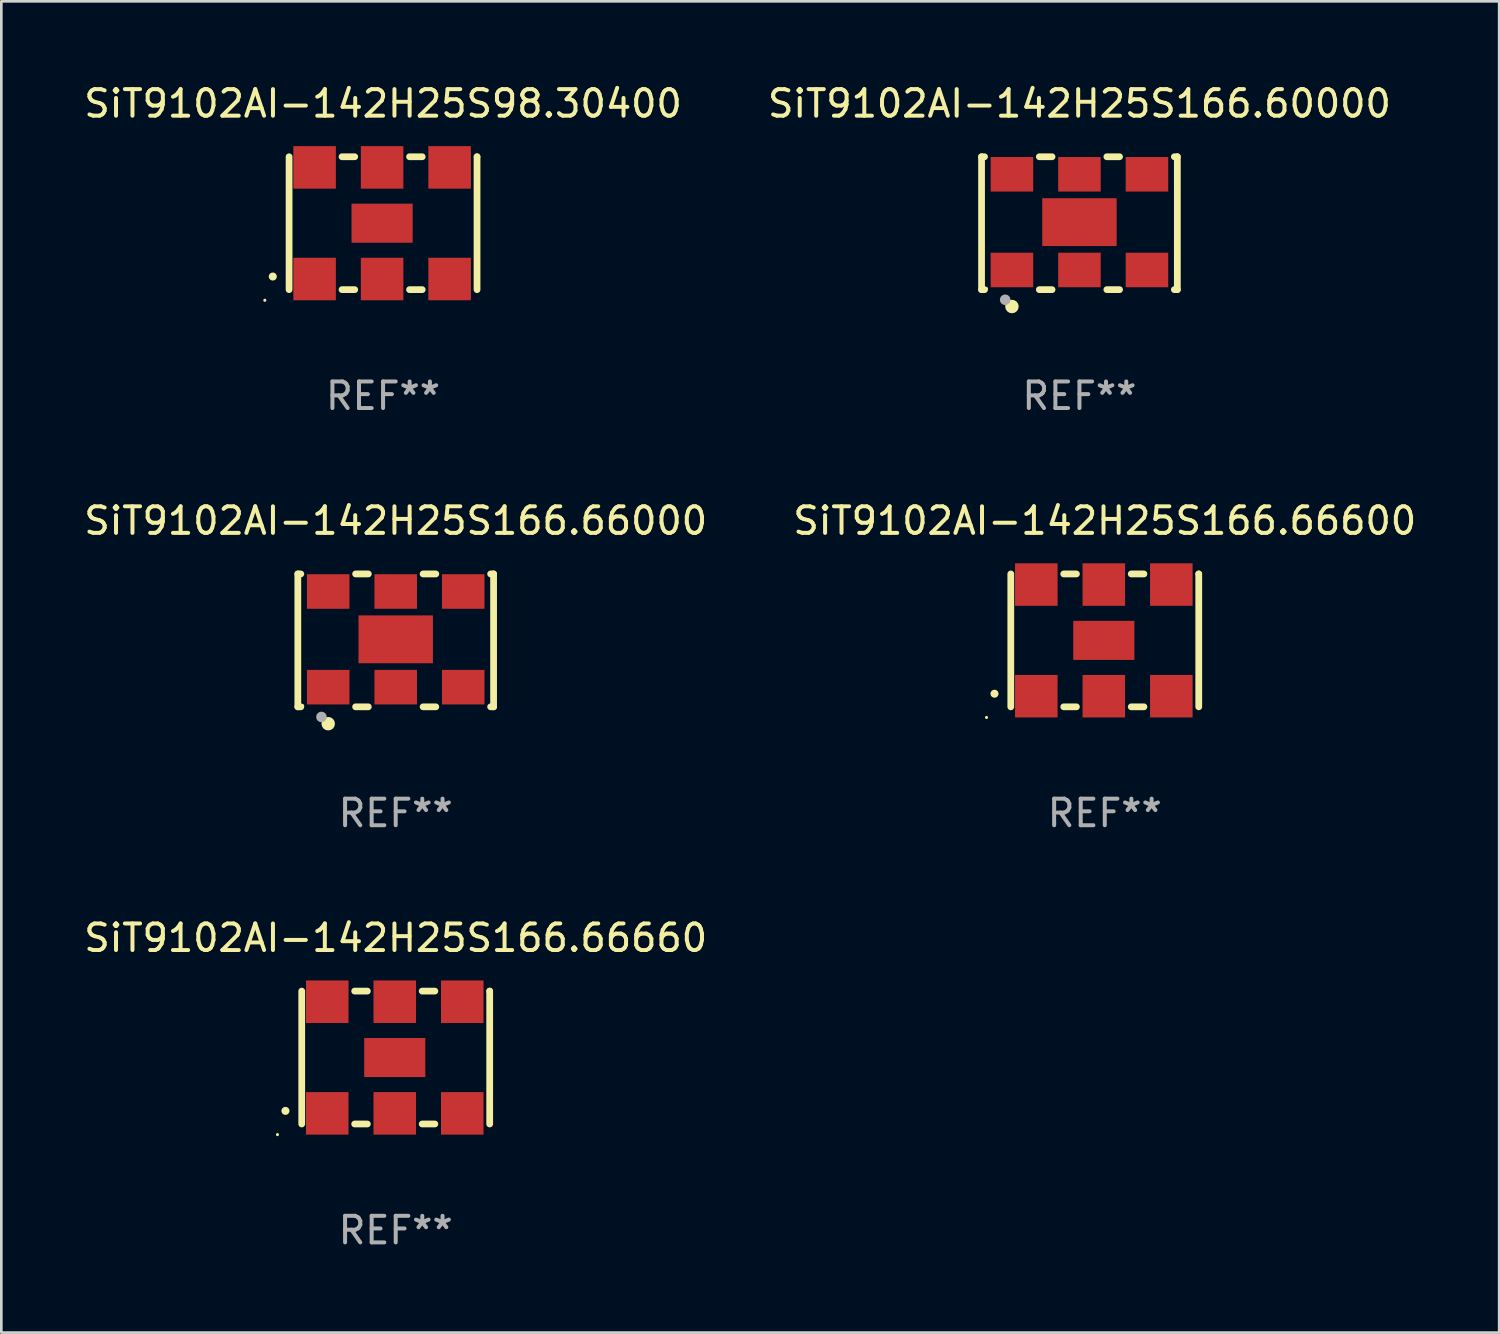
<source format=kicad_pcb>
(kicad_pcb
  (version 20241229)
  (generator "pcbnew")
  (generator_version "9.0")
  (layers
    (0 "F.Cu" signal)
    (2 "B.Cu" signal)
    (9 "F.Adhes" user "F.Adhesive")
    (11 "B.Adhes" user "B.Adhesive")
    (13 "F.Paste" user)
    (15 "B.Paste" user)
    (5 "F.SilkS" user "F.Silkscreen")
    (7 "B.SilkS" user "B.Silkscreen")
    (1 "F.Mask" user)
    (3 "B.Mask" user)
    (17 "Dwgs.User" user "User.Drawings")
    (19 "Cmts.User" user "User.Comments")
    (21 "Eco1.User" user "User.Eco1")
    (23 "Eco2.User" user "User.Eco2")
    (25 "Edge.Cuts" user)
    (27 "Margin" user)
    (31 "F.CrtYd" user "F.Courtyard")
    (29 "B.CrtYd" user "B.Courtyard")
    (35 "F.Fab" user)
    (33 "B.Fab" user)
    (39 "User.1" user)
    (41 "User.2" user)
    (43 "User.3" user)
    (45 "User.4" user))
  (footprint "SiT9102AI-142H25S166.60000"
    (layer "F.Cu")
    (at 37.565 5.348)
    (property "Reference" "SiT9102AI-142H25S166.60000" (at 0 -4.5 0) (layer "F.SilkS") (effects (font (size 1 1) (thickness 0.15))))
    (attr through_hole)
    (fp_line (start -3.683 -2.5) (end -3.571 -2.5) (stroke (width 0.254) (type solid)) (layer "F.SilkS"))
    (fp_line (start -3.683 2.5) (end -3.683 -2.5) (stroke (width 0.254) (type solid)) (layer "F.SilkS"))
    (fp_line (start -3.683 2.5) (end -3.571 2.5) (stroke (width 0.254) (type solid)) (layer "F.SilkS"))
    (fp_line (start -1.509 -2.5) (end -1.031 -2.5) (stroke (width 0.254) (type solid)) (layer "F.SilkS"))
    (fp_line (start -1.509 2.5) (end -1.031 2.5) (stroke (width 0.254) (type solid)) (layer "F.SilkS"))
    (fp_line (start 1.031 -2.5) (end 1.509 -2.5) (stroke (width 0.254) (type solid)) (layer "F.SilkS"))
    (fp_line (start 1.031 2.5) (end 1.509 2.5) (stroke (width 0.254) (type solid)) (layer "F.SilkS"))
    (fp_line (start 3.571 -2.5) (end 3.683 -2.5) (stroke (width 0.254) (type solid)) (layer "F.SilkS"))
    (fp_line (start 3.571 2.5) (end 3.683 2.5) (stroke (width 0.254) (type solid)) (layer "F.SilkS"))
    (fp_line (start 3.683 2.5) (end 3.683 -2.5) (stroke (width 0.254) (type solid)) (layer "F.SilkS"))
    (fp_circle (center -3.5 2.46) (end -3.47 2.46) (stroke (width 0.06) (type solid)) (fill no) (layer "F.SilkS"))
    (fp_circle (center -2.54 3.135) (end -2.413 3.135) (stroke (width 0.254) (type solid)) (fill no) (layer "F.SilkS"))
    (fp_circle (center -2.794 2.881) (end -2.694 2.881) (stroke (width 0.2) (type solid)) (fill no) (layer "F.Fab"))
    (fp_text user "REF**" (at 0 6.5 0) (layer "F.Fab") (effects (font (size 1 1) (thickness 0.15))))
    (pad "1" smd rect (at -2.54 1.76) (size 1.6 1.3) (layers "F.Cu" "F.Mask" "F.Paste"))
    (pad "2" smd rect (at 0 1.76) (size 1.6 1.3) (layers "F.Cu" "F.Mask" "F.Paste"))
    (pad "3" smd rect (at 2.54 1.76) (size 1.6 1.3) (layers "F.Cu" "F.Mask" "F.Paste"))
    (pad "4" smd rect (at 2.54 -1.84) (size 1.6 1.3) (layers "F.Cu" "F.Mask" "F.Paste"))
    (pad "5" smd rect (at 0 -1.84) (size 1.6 1.3) (layers "F.Cu" "F.Mask" "F.Paste"))
    (pad "6" smd rect (at -2.54 -1.84) (size 1.6 1.3) (layers "F.Cu" "F.Mask" "F.Paste"))
    (pad "7" smd rect (at 0 -0.04) (size 2.8 1.8) (layers "F.Cu" "F.Mask" "F.Paste")))
  (footprint "SiT9102AI-142H25S166.66600"
    (layer "F.Cu")
    (at 38.518 21.045)
    (property "Reference" "SiT9102AI-142H25S166.66600" (at 0 -4.5 0) (layer "F.SilkS") (effects (font (size 1 1) (thickness 0.15))))
    (attr through_hole)
    (fp_line (start -3.536 -2.5) (end -3.536 2.5) (stroke (width 0.254) (type solid)) (layer "F.SilkS"))
    (fp_line (start -1.544 2.5) (end -1.067 2.5) (stroke (width 0.254) (type solid)) (layer "F.SilkS"))
    (fp_line (start -1.067 -2.5) (end -1.544 -2.5) (stroke (width 0.254) (type solid)) (layer "F.SilkS"))
    (fp_line (start 0.996 2.5) (end 1.473 2.5) (stroke (width 0.254) (type solid)) (layer "F.SilkS"))
    (fp_line (start 1.473 -2.5) (end 0.996 -2.5) (stroke (width 0.254) (type solid)) (layer "F.SilkS"))
    (fp_line (start 3.536 -2.5) (end 3.536 -2.5) (stroke (width 0.254) (type solid)) (layer "F.SilkS"))
    (fp_line (start 3.536 2.5) (end 3.536 -2.5) (stroke (width 0.254) (type solid)) (layer "F.SilkS"))
    (fp_arc (start -4.150432 2.006604) (mid -4.149162 2.006599) (end -4.147892 2.006604) (stroke (width 0.3) (type solid)) (layer "F.SilkS"))
    (fp_circle (center -4.449 2.9) (end -4.419 2.9) (stroke (width 0.06) (type solid)) (fill no) (layer "F.SilkS"))
    (fp_text user "REF**" (at 0 6.5 0) (layer "F.Fab") (effects (font (size 1 1) (thickness 0.15))))
    (pad "1" smd rect (at -2.576 2.1) (size 1.6 1.6) (layers "F.Cu" "F.Mask" "F.Paste"))
    (pad "2" smd rect (at -0.036 2.1) (size 1.6 1.6) (layers "F.Cu" "F.Mask" "F.Paste"))
    (pad "3" smd rect (at 2.504 2.1) (size 1.6 1.6) (layers "F.Cu" "F.Mask" "F.Paste"))
    (pad "4" smd rect (at 2.504 -2.1) (size 1.6 1.6) (layers "F.Cu" "F.Mask" "F.Paste"))
    (pad "5" smd rect (at -0.036 -2.1) (size 1.6 1.6) (layers "F.Cu" "F.Mask" "F.Paste"))
    (pad "6" smd rect (at -2.576 -2.1) (size 1.6 1.6) (layers "F.Cu" "F.Mask" "F.Paste"))
    (pad "7" smd rect (at -0.036 0) (size 2.3 1.47) (layers "F.Cu" "F.Mask" "F.Paste")))
  (footprint "SiT9102AI-142H25S98.30400"
    (layer "F.Cu")
    (at 11.363 5.348)
    (property "Reference" "SiT9102AI-142H25S98.30400" (at 0 -4.5 0) (layer "F.SilkS") (effects (font (size 1 1) (thickness 0.15))))
    (attr through_hole)
    (fp_line (start -3.536 -2.5) (end -3.536 2.5) (stroke (width 0.254) (type solid)) (layer "F.SilkS"))
    (fp_line (start -1.544 2.5) (end -1.067 2.5) (stroke (width 0.254) (type solid)) (layer "F.SilkS"))
    (fp_line (start -1.067 -2.5) (end -1.544 -2.5) (stroke (width 0.254) (type solid)) (layer "F.SilkS"))
    (fp_line (start 0.996 2.5) (end 1.473 2.5) (stroke (width 0.254) (type solid)) (layer "F.SilkS"))
    (fp_line (start 1.473 -2.5) (end 0.996 -2.5) (stroke (width 0.254) (type solid)) (layer "F.SilkS"))
    (fp_line (start 3.536 -2.5) (end 3.536 -2.5) (stroke (width 0.254) (type solid)) (layer "F.SilkS"))
    (fp_line (start 3.536 2.5) (end 3.536 -2.5) (stroke (width 0.254) (type solid)) (layer "F.SilkS"))
    (fp_arc (start -4.150432 2.006604) (mid -4.149162 2.006599) (end -4.147892 2.006604) (stroke (width 0.3) (type solid)) (layer "F.SilkS"))
    (fp_circle (center -4.449 2.9) (end -4.419 2.9) (stroke (width 0.06) (type solid)) (fill no) (layer "F.SilkS"))
    (fp_text user "REF**" (at 0 6.5 0) (layer "F.Fab") (effects (font (size 1 1) (thickness 0.15))))
    (pad "1" smd rect (at -2.576 2.1) (size 1.6 1.6) (layers "F.Cu" "F.Mask" "F.Paste"))
    (pad "2" smd rect (at -0.036 2.1) (size 1.6 1.6) (layers "F.Cu" "F.Mask" "F.Paste"))
    (pad "3" smd rect (at 2.504 2.1) (size 1.6 1.6) (layers "F.Cu" "F.Mask" "F.Paste"))
    (pad "4" smd rect (at 2.504 -2.1) (size 1.6 1.6) (layers "F.Cu" "F.Mask" "F.Paste"))
    (pad "5" smd rect (at -0.036 -2.1) (size 1.6 1.6) (layers "F.Cu" "F.Mask" "F.Paste"))
    (pad "6" smd rect (at -2.576 -2.1) (size 1.6 1.6) (layers "F.Cu" "F.Mask" "F.Paste"))
    (pad "7" smd rect (at -0.036 0) (size 2.3 1.47) (layers "F.Cu" "F.Mask" "F.Paste")))
  (footprint "SiT9102AI-142H25S166.66000"
    (layer "F.Cu")
    (at 11.839 21.045)
    (property "Reference" "SiT9102AI-142H25S166.66000" (at 0 -4.5 0) (layer "F.SilkS") (effects (font (size 1 1) (thickness 0.15))))
    (attr through_hole)
    (fp_line (start -3.683 -2.5) (end -3.571 -2.5) (stroke (width 0.254) (type solid)) (layer "F.SilkS"))
    (fp_line (start -3.683 2.5) (end -3.683 -2.5) (stroke (width 0.254) (type solid)) (layer "F.SilkS"))
    (fp_line (start -3.683 2.5) (end -3.571 2.5) (stroke (width 0.254) (type solid)) (layer "F.SilkS"))
    (fp_line (start -1.509 -2.5) (end -1.031 -2.5) (stroke (width 0.254) (type solid)) (layer "F.SilkS"))
    (fp_line (start -1.509 2.5) (end -1.031 2.5) (stroke (width 0.254) (type solid)) (layer "F.SilkS"))
    (fp_line (start 1.031 -2.5) (end 1.509 -2.5) (stroke (width 0.254) (type solid)) (layer "F.SilkS"))
    (fp_line (start 1.031 2.5) (end 1.509 2.5) (stroke (width 0.254) (type solid)) (layer "F.SilkS"))
    (fp_line (start 3.571 -2.5) (end 3.683 -2.5) (stroke (width 0.254) (type solid)) (layer "F.SilkS"))
    (fp_line (start 3.571 2.5) (end 3.683 2.5) (stroke (width 0.254) (type solid)) (layer "F.SilkS"))
    (fp_line (start 3.683 2.5) (end 3.683 -2.5) (stroke (width 0.254) (type solid)) (layer "F.SilkS"))
    (fp_circle (center -3.5 2.46) (end -3.47 2.46) (stroke (width 0.06) (type solid)) (fill no) (layer "F.SilkS"))
    (fp_circle (center -2.54 3.135) (end -2.413 3.135) (stroke (width 0.254) (type solid)) (fill no) (layer "F.SilkS"))
    (fp_circle (center -2.794 2.881) (end -2.694 2.881) (stroke (width 0.2) (type solid)) (fill no) (layer "F.Fab"))
    (fp_text user "REF**" (at 0 6.5 0) (layer "F.Fab") (effects (font (size 1 1) (thickness 0.15))))
    (pad "1" smd rect (at -2.54 1.76) (size 1.6 1.3) (layers "F.Cu" "F.Mask" "F.Paste"))
    (pad "2" smd rect (at 0 1.76) (size 1.6 1.3) (layers "F.Cu" "F.Mask" "F.Paste"))
    (pad "3" smd rect (at 2.54 1.76) (size 1.6 1.3) (layers "F.Cu" "F.Mask" "F.Paste"))
    (pad "4" smd rect (at 2.54 -1.84) (size 1.6 1.3) (layers "F.Cu" "F.Mask" "F.Paste"))
    (pad "5" smd rect (at 0 -1.84) (size 1.6 1.3) (layers "F.Cu" "F.Mask" "F.Paste"))
    (pad "6" smd rect (at -2.54 -1.84) (size 1.6 1.3) (layers "F.Cu" "F.Mask" "F.Paste"))
    (pad "7" smd rect (at 0 -0.04) (size 2.8 1.8) (layers "F.Cu" "F.Mask" "F.Paste")))
  (footprint "SiT9102AI-142H25S166.66660"
    (layer "F.Cu")
    (at 11.839 36.741)
    (property "Reference" "SiT9102AI-142H25S166.66660" (at 0 -4.5 0) (layer "F.SilkS") (effects (font (size 1 1) (thickness 0.15))))
    (attr through_hole)
    (fp_line (start -3.536 -2.5) (end -3.536 2.5) (stroke (width 0.254) (type solid)) (layer "F.SilkS"))
    (fp_line (start -1.544 2.5) (end -1.067 2.5) (stroke (width 0.254) (type solid)) (layer "F.SilkS"))
    (fp_line (start -1.067 -2.5) (end -1.544 -2.5) (stroke (width 0.254) (type solid)) (layer "F.SilkS"))
    (fp_line (start 0.996 2.5) (end 1.473 2.5) (stroke (width 0.254) (type solid)) (layer "F.SilkS"))
    (fp_line (start 1.473 -2.5) (end 0.996 -2.5) (stroke (width 0.254) (type solid)) (layer "F.SilkS"))
    (fp_line (start 3.536 -2.5) (end 3.536 -2.5) (stroke (width 0.254) (type solid)) (layer "F.SilkS"))
    (fp_line (start 3.536 2.5) (end 3.536 -2.5) (stroke (width 0.254) (type solid)) (layer "F.SilkS"))
    (fp_arc (start -4.150432 2.006604) (mid -4.149162 2.006599) (end -4.147892 2.006604) (stroke (width 0.3) (type solid)) (layer "F.SilkS"))
    (fp_circle (center -4.449 2.9) (end -4.419 2.9) (stroke (width 0.06) (type solid)) (fill no) (layer "F.SilkS"))
    (fp_text user "REF**" (at 0 6.5 0) (layer "F.Fab") (effects (font (size 1 1) (thickness 0.15))))
    (pad "1" smd rect (at -2.576 2.1) (size 1.6 1.6) (layers "F.Cu" "F.Mask" "F.Paste"))
    (pad "2" smd rect (at -0.036 2.1) (size 1.6 1.6) (layers "F.Cu" "F.Mask" "F.Paste"))
    (pad "3" smd rect (at 2.504 2.1) (size 1.6 1.6) (layers "F.Cu" "F.Mask" "F.Paste"))
    (pad "4" smd rect (at 2.504 -2.1) (size 1.6 1.6) (layers "F.Cu" "F.Mask" "F.Paste"))
    (pad "5" smd rect (at -0.036 -2.1) (size 1.6 1.6) (layers "F.Cu" "F.Mask" "F.Paste"))
    (pad "6" smd rect (at -2.576 -2.1) (size 1.6 1.6) (layers "F.Cu" "F.Mask" "F.Paste"))
    (pad "7" smd rect (at -0.036 0) (size 2.3 1.47) (layers "F.Cu" "F.Mask" "F.Paste")))
  (gr_rect
    (start -3 -3)
    (end 53.357 47.09)
    (stroke (width 0.1) (type default))
    (fill no)
    (layer "Edge.Cuts")))
</source>
